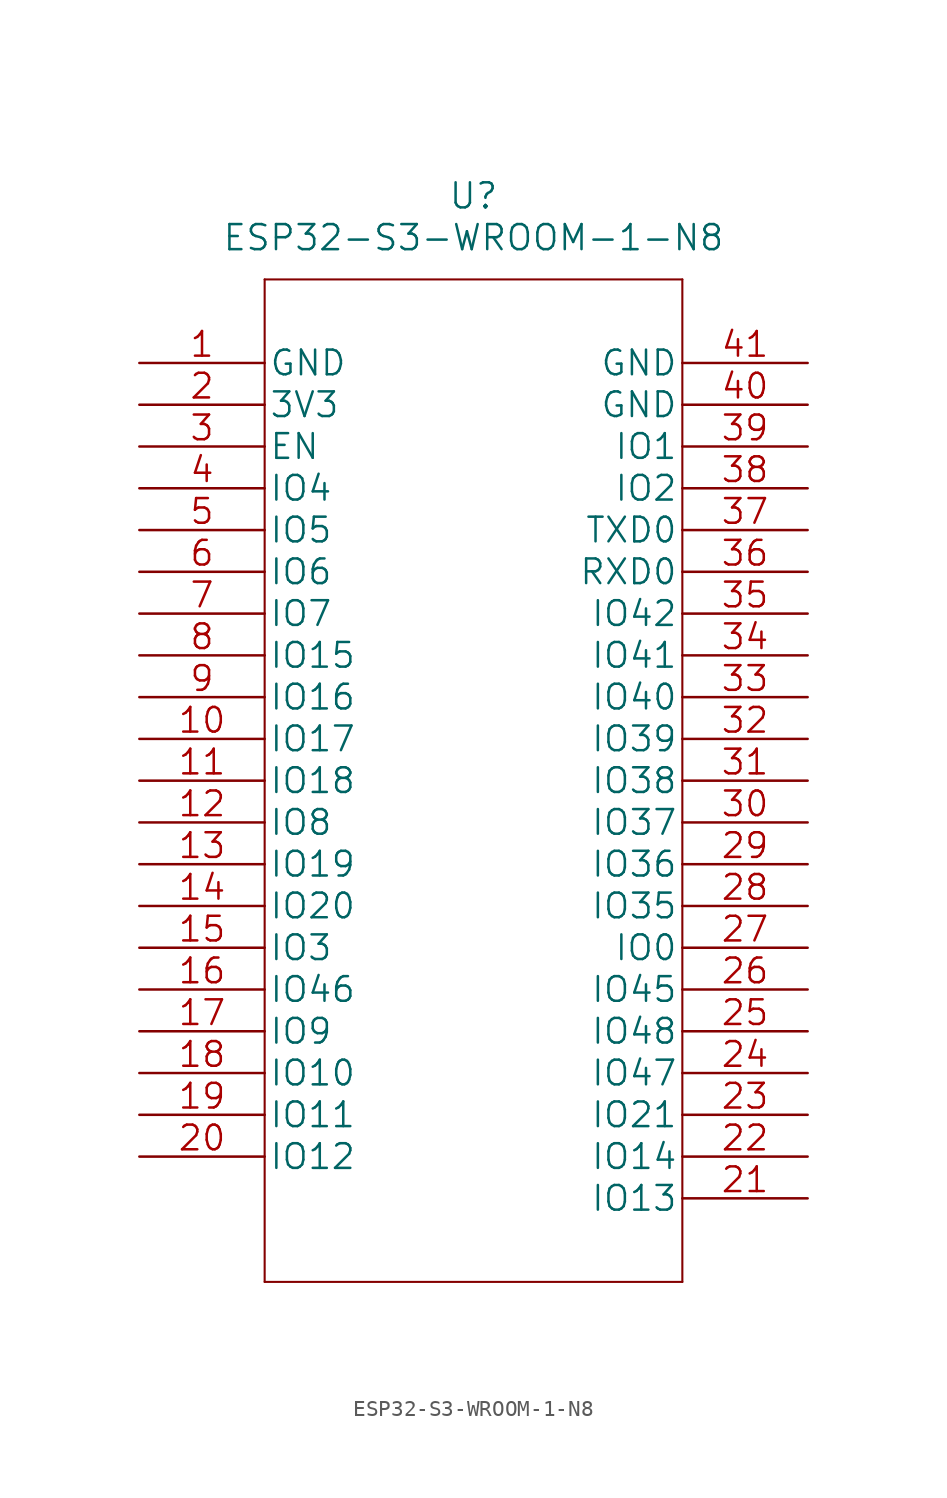
<source format=kicad_sym>
(kicad_symbol_lib
  (version 20211014)
  (generator kicad_symbol_editor)
  (symbol "ESP32-S3-WROOM-1-N8"
    (pin_names
      (offset 0.254))
    (property "Reference" "U"
      (at 20.32 10.16 0)
      (effects (font (size 1.524 1.524))))
    (property "Value" "ESP32-S3-WROOM-1-N8"
      (at 20.32 7.62 0)
      (effects (font (size 1.524 1.524))))
    (property "Datasheet" ""
      (at 0 0 0)
      (effects (font (size 1.524 1.524))))
    (property "ki_locked" ""
      (at 0 0 0)
      (effects (font (size 1.27 1.27))))
    (symbol "ESP32-S3-WROOM-1-N8_1_1"
      (polyline (pts (xy 7.62 -55.88) (xy 33.02 -55.88)) (stroke (width 0.127) (type default) (color 0 0 0 0)) (fill (type none)))
      (polyline (pts (xy 7.62 5.08) (xy 7.62 -55.88)) (stroke (width 0.127) (type default) (color 0 0 0 0)) (fill (type none)))
      (polyline (pts (xy 33.02 -55.88) (xy 33.02 5.08)) (stroke (width 0.127) (type default) (color 0 0 0 0)) (fill (type none)))
      (polyline (pts (xy 33.02 5.08) (xy 7.62 5.08)) (stroke (width 0.127) (type default) (color 0 0 0 0)) (fill (type none)))
      (pin power_in line (at 0 0 0) (length 7.62) (name "GND" (effects (font (size 1.499 1.499)))) (number "1" (effects (font (size 1.499 1.499)))))
      (pin bidirectional line (at 0 -22.86 0) (length 7.62) (name "IO17" (effects (font (size 1.499 1.499)))) (number "10" (effects (font (size 1.499 1.499)))))
      (pin bidirectional line (at 0 -25.4 0) (length 7.62) (name "IO18" (effects (font (size 1.499 1.499)))) (number "11" (effects (font (size 1.499 1.499)))))
      (pin bidirectional line (at 0 -27.94 0) (length 7.62) (name "IO8" (effects (font (size 1.499 1.499)))) (number "12" (effects (font (size 1.499 1.499)))))
      (pin bidirectional line (at 0 -30.48 0) (length 7.62) (name "IO19" (effects (font (size 1.499 1.499)))) (number "13" (effects (font (size 1.499 1.499)))))
      (pin bidirectional line (at 0 -33.02 0) (length 7.62) (name "IO20" (effects (font (size 1.499 1.499)))) (number "14" (effects (font (size 1.499 1.499)))))
      (pin bidirectional line (at 0 -35.56 0) (length 7.62) (name "IO3" (effects (font (size 1.499 1.499)))) (number "15" (effects (font (size 1.499 1.499)))))
      (pin bidirectional line (at 0 -38.1 0) (length 7.62) (name "IO46" (effects (font (size 1.499 1.499)))) (number "16" (effects (font (size 1.499 1.499)))))
      (pin bidirectional line (at 0 -40.64 0) (length 7.62) (name "IO9" (effects (font (size 1.499 1.499)))) (number "17" (effects (font (size 1.499 1.499)))))
      (pin bidirectional line (at 0 -43.18 0) (length 7.62) (name "IO10" (effects (font (size 1.499 1.499)))) (number "18" (effects (font (size 1.499 1.499)))))
      (pin bidirectional line (at 0 -45.72 0) (length 7.62) (name "IO11" (effects (font (size 1.499 1.499)))) (number "19" (effects (font (size 1.499 1.499)))))
      (pin power_in line (at 0 -2.54 0) (length 7.62) (name "3V3" (effects (font (size 1.499 1.499)))) (number "2" (effects (font (size 1.499 1.499)))))
      (pin bidirectional line (at 0 -48.26 0) (length 7.62) (name "IO12" (effects (font (size 1.499 1.499)))) (number "20" (effects (font (size 1.499 1.499)))))
      (pin bidirectional line (at 40.64 -50.8 180) (length 7.62) (name "IO13" (effects (font (size 1.499 1.499)))) (number "21" (effects (font (size 1.499 1.499)))))
      (pin bidirectional line (at 40.64 -48.26 180) (length 7.62) (name "IO14" (effects (font (size 1.499 1.499)))) (number "22" (effects (font (size 1.499 1.499)))))
      (pin bidirectional line (at 40.64 -45.72 180) (length 7.62) (name "IO21" (effects (font (size 1.499 1.499)))) (number "23" (effects (font (size 1.499 1.499)))))
      (pin bidirectional line (at 40.64 -43.18 180) (length 7.62) (name "IO47" (effects (font (size 1.499 1.499)))) (number "24" (effects (font (size 1.499 1.499)))))
      (pin bidirectional line (at 40.64 -40.64 180) (length 7.62) (name "IO48" (effects (font (size 1.499 1.499)))) (number "25" (effects (font (size 1.499 1.499)))))
      (pin bidirectional line (at 40.64 -38.1 180) (length 7.62) (name "IO45" (effects (font (size 1.499 1.499)))) (number "26" (effects (font (size 1.499 1.499)))))
      (pin bidirectional line (at 40.64 -35.56 180) (length 7.62) (name "IO0" (effects (font (size 1.499 1.499)))) (number "27" (effects (font (size 1.499 1.499)))))
      (pin bidirectional line (at 40.64 -33.02 180) (length 7.62) (name "IO35" (effects (font (size 1.499 1.499)))) (number "28" (effects (font (size 1.499 1.499)))))
      (pin bidirectional line (at 40.64 -30.48 180) (length 7.62) (name "IO36" (effects (font (size 1.499 1.499)))) (number "29" (effects (font (size 1.499 1.499)))))
      (pin input line (at 0 -5.08 0) (length 7.62) (name "EN" (effects (font (size 1.499 1.499)))) (number "3" (effects (font (size 1.499 1.499)))))
      (pin bidirectional line (at 40.64 -27.94 180) (length 7.62) (name "IO37" (effects (font (size 1.499 1.499)))) (number "30" (effects (font (size 1.499 1.499)))))
      (pin bidirectional line (at 40.64 -25.4 180) (length 7.62) (name "IO38" (effects (font (size 1.499 1.499)))) (number "31" (effects (font (size 1.499 1.499)))))
      (pin bidirectional line (at 40.64 -22.86 180) (length 7.62) (name "IO39" (effects (font (size 1.499 1.499)))) (number "32" (effects (font (size 1.499 1.499)))))
      (pin bidirectional line (at 40.64 -20.32 180) (length 7.62) (name "IO40" (effects (font (size 1.499 1.499)))) (number "33" (effects (font (size 1.499 1.499)))))
      (pin bidirectional line (at 40.64 -17.78 180) (length 7.62) (name "IO41" (effects (font (size 1.499 1.499)))) (number "34" (effects (font (size 1.499 1.499)))))
      (pin bidirectional line (at 40.64 -15.24 180) (length 7.62) (name "IO42" (effects (font (size 1.499 1.499)))) (number "35" (effects (font (size 1.499 1.499)))))
      (pin bidirectional line (at 40.64 -12.7 180) (length 7.62) (name "RXD0" (effects (font (size 1.499 1.499)))) (number "36" (effects (font (size 1.499 1.499)))))
      (pin bidirectional line (at 40.64 -10.16 180) (length 7.62) (name "TXD0" (effects (font (size 1.499 1.499)))) (number "37" (effects (font (size 1.499 1.499)))))
      (pin bidirectional line (at 40.64 -7.62 180) (length 7.62) (name "IO2" (effects (font (size 1.499 1.499)))) (number "38" (effects (font (size 1.499 1.499)))))
      (pin bidirectional line (at 40.64 -5.08 180) (length 7.62) (name "IO1" (effects (font (size 1.499 1.499)))) (number "39" (effects (font (size 1.499 1.499)))))
      (pin bidirectional line (at 0 -7.62 0) (length 7.62) (name "IO4" (effects (font (size 1.499 1.499)))) (number "4" (effects (font (size 1.499 1.499)))))
      (pin power_in line (at 40.64 -2.54 180) (length 7.62) (name "GND" (effects (font (size 1.499 1.499)))) (number "40" (effects (font (size 1.499 1.499)))))
      (pin power_in line (at 40.64 0 180) (length 7.62) (name "GND" (effects (font (size 1.499 1.499)))) (number "41" (effects (font (size 1.499 1.499)))))
      (pin bidirectional line (at 0 -10.16 0) (length 7.62) (name "IO5" (effects (font (size 1.499 1.499)))) (number "5" (effects (font (size 1.499 1.499)))))
      (pin bidirectional line (at 0 -12.7 0) (length 7.62) (name "IO6" (effects (font (size 1.499 1.499)))) (number "6" (effects (font (size 1.499 1.499)))))
      (pin bidirectional line (at 0 -15.24 0) (length 7.62) (name "IO7" (effects (font (size 1.499 1.499)))) (number "7" (effects (font (size 1.499 1.499)))))
      (pin bidirectional line (at 0 -17.78 0) (length 7.62) (name "IO15" (effects (font (size 1.499 1.499)))) (number "8" (effects (font (size 1.499 1.499)))))
      (pin bidirectional line (at 0 -20.32 0) (length 7.62) (name "IO16" (effects (font (size 1.499 1.499)))) (number "9" (effects (font (size 1.499 1.499))))))))
</source>
